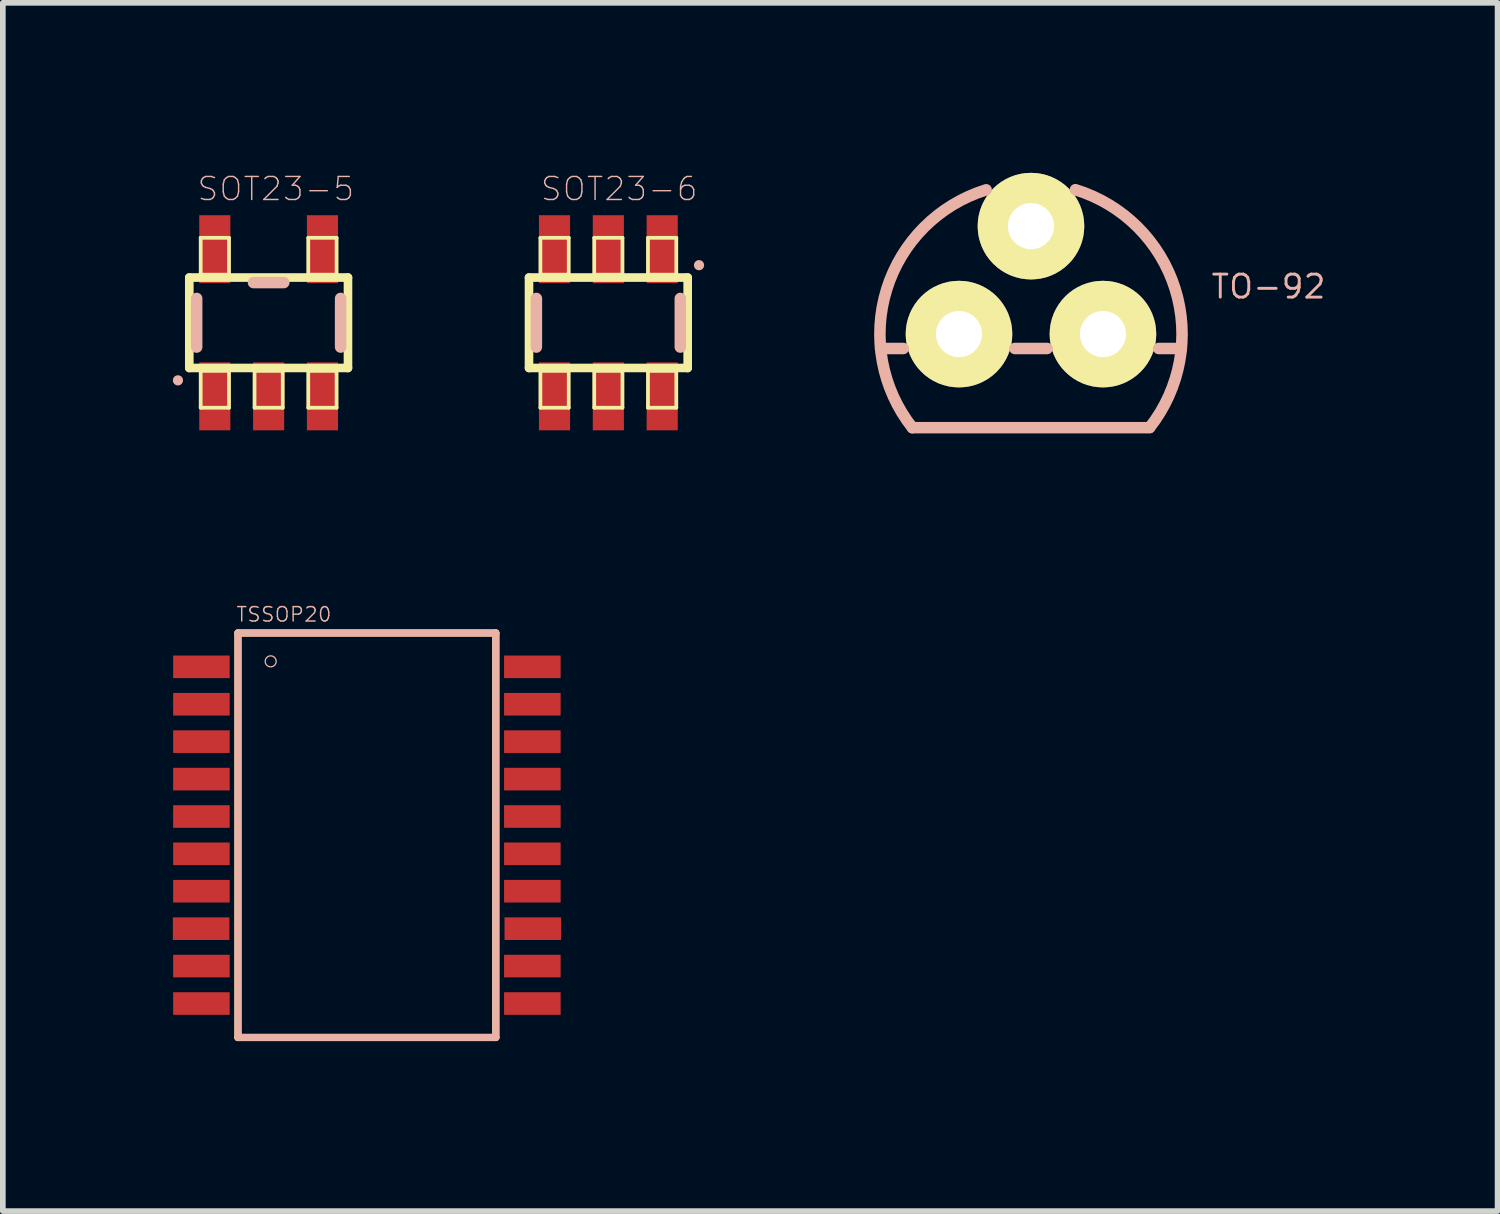
<source format=kicad_pcb>
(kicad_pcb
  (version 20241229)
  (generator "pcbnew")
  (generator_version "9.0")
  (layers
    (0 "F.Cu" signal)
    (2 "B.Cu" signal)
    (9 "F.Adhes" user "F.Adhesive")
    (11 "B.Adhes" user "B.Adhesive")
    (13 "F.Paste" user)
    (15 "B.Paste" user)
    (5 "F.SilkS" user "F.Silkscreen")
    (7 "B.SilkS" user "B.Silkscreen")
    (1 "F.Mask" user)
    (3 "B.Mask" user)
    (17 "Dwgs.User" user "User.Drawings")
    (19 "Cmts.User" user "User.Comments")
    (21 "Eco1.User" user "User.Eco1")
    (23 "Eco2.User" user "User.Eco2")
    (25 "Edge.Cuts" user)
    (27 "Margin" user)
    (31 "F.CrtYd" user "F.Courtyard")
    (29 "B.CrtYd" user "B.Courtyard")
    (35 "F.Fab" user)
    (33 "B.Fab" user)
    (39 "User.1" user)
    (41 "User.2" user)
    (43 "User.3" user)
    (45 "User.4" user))
  (footprint "TO-92"
    (layer "F.Cu")
    (at 15.141 2.845)
    (property "Reference" "TO-92" (at 4.191 -0.838 0) (layer "B.SilkS") (effects (font (size 0.406 0.406) (thickness 0.051))))
    (attr exclude_from_pos_files exclude_from_bom)
    (fp_line (start -2.654 0.254) (end -2.253 0.254) (stroke (width 0.203) (type solid)) (layer "B.SilkS"))
    (fp_line (start -2.093 1.651) (end 2.093 1.651) (stroke (width 0.203) (type solid)) (layer "B.SilkS"))
    (fp_line (start -0.284 0.254) (end 0.284 0.254) (stroke (width 0.203) (type solid)) (layer "B.SilkS"))
    (fp_line (start 2.253 0.254) (end 2.654 0.254) (stroke (width 0.203) (type solid)) (layer "B.SilkS"))
    (fp_arc (start -2.09296 1.651) (mid -2.546098 -0.789726) (end -0.791292 -2.545612) (stroke (width 0.2032) (type solid)) (layer "B.SilkS"))
    (fp_arc (start 0.78486 -2.54762) (mid 2.54411 -0.796164) (end 2.097139 1.645715) (stroke (width 0.2032) (type solid)) (layer "B.SilkS"))
    (pad "1" thru_hole circle (at -1.27 0) (size 1.88 1.88) (drill 0.813) (layers "*.Cu" "F.Mask" "F.SilkS" "F.Paste"))
    (pad "2" thru_hole circle (at 0 -1.905) (size 1.88 1.88) (drill 0.813) (layers "*.Cu" "F.Mask" "F.SilkS" "F.Paste"))
    (pad "3" thru_hole circle (at 1.27 0) (size 1.88 1.88) (drill 0.813) (layers "*.Cu" "F.Mask" "F.SilkS" "F.Paste")))
  (footprint "SOT23-6"
    (layer "F.Cu")
    (at 7.684 2.645)
    (property "Reference" "SOT23-6" (at 0.191 -2.362 0) (layer "B.SilkS") (effects (font (size 0.406 0.406) (thickness 0.025))))
    (attr smd)
    (fp_line (start -1.4 -0.798) (end -1.4 0.798) (stroke (width 0.152) (type solid)) (layer "F.SilkS"))
    (fp_line (start -1.4 -0.798) (end 1.4 -0.798) (stroke (width 0.152) (type solid)) (layer "F.SilkS"))
    (fp_line (start -1.199 -1.499) (end -0.699 -1.499) (stroke (width 0.066) (type solid)) (layer "F.SilkS"))
    (fp_line (start -1.199 -0.848) (end -1.199 -1.499) (stroke (width 0.066) (type solid)) (layer "F.SilkS"))
    (fp_line (start -1.199 -0.848) (end -0.699 -0.848) (stroke (width 0.066) (type solid)) (layer "F.SilkS"))
    (fp_line (start -1.199 0.848) (end -0.699 0.848) (stroke (width 0.066) (type solid)) (layer "F.SilkS"))
    (fp_line (start -1.199 1.499) (end -1.199 0.848) (stroke (width 0.066) (type solid)) (layer "F.SilkS"))
    (fp_line (start -1.199 1.499) (end -0.699 1.499) (stroke (width 0.066) (type solid)) (layer "F.SilkS"))
    (fp_line (start -0.699 -0.848) (end -0.699 -1.499) (stroke (width 0.066) (type solid)) (layer "F.SilkS"))
    (fp_line (start -0.699 1.499) (end -0.699 0.848) (stroke (width 0.066) (type solid)) (layer "F.SilkS"))
    (fp_line (start -0.249 -1.499) (end 0.249 -1.499) (stroke (width 0.066) (type solid)) (layer "F.SilkS"))
    (fp_line (start -0.249 -0.848) (end -0.249 -1.499) (stroke (width 0.066) (type solid)) (layer "F.SilkS"))
    (fp_line (start -0.249 -0.848) (end 0.249 -0.848) (stroke (width 0.066) (type solid)) (layer "F.SilkS"))
    (fp_line (start -0.249 0.848) (end 0.249 0.848) (stroke (width 0.066) (type solid)) (layer "F.SilkS"))
    (fp_line (start -0.249 1.499) (end -0.249 0.848) (stroke (width 0.066) (type solid)) (layer "F.SilkS"))
    (fp_line (start -0.249 1.499) (end 0.249 1.499) (stroke (width 0.066) (type solid)) (layer "F.SilkS"))
    (fp_line (start 0.249 -0.848) (end 0.249 -1.499) (stroke (width 0.066) (type solid)) (layer "F.SilkS"))
    (fp_line (start 0.249 1.499) (end 0.249 0.848) (stroke (width 0.066) (type solid)) (layer "F.SilkS"))
    (fp_line (start 0.699 -1.499) (end 1.199 -1.499) (stroke (width 0.066) (type solid)) (layer "F.SilkS"))
    (fp_line (start 0.699 -0.848) (end 0.699 -1.499) (stroke (width 0.066) (type solid)) (layer "F.SilkS"))
    (fp_line (start 0.699 -0.848) (end 1.199 -0.848) (stroke (width 0.066) (type solid)) (layer "F.SilkS"))
    (fp_line (start 0.699 0.848) (end 1.199 0.848) (stroke (width 0.066) (type solid)) (layer "F.SilkS"))
    (fp_line (start 0.699 1.499) (end 0.699 0.848) (stroke (width 0.066) (type solid)) (layer "F.SilkS"))
    (fp_line (start 0.699 1.499) (end 1.199 1.499) (stroke (width 0.066) (type solid)) (layer "F.SilkS"))
    (fp_line (start 1.199 -0.848) (end 1.199 -1.499) (stroke (width 0.066) (type solid)) (layer "F.SilkS"))
    (fp_line (start 1.199 1.499) (end 1.199 0.848) (stroke (width 0.066) (type solid)) (layer "F.SilkS"))
    (fp_line (start 1.4 -0.798) (end 1.4 0.798) (stroke (width 0.152) (type solid)) (layer "F.SilkS"))
    (fp_line (start 1.4 0.798) (end -1.4 0.798) (stroke (width 0.152) (type solid)) (layer "F.SilkS"))
    (fp_line (start -1.27 0.429) (end -1.27 -0.429) (stroke (width 0.203) (type solid)) (layer "B.SilkS"))
    (fp_line (start 1.27 -0.429) (end 1.27 0.429) (stroke (width 0.203) (type solid)) (layer "B.SilkS"))
    (fp_circle (center 1.6 -1.016) (end 1.664 -1.079) (stroke (width 0) (type solid)) (fill yes) (layer "B.SilkS"))
    (pad "1" smd rect (at 0.95 -1.298) (size 0.549 1.199) (layers "F.Cu" "F.Mask" "F.Paste"))
    (pad "2" smd rect (at 0 -1.298 180) (size 0.549 1.199) (layers "F.Cu" "F.Mask" "F.Paste"))
    (pad "3" smd rect (at -0.95 -1.298) (size 0.549 1.199) (layers "F.Cu" "F.Mask" "F.Paste"))
    (pad "4" smd rect (at -0.95 1.298) (size 0.549 1.199) (layers "F.Cu" "F.Mask" "F.Paste"))
    (pad "5" smd rect (at 0 1.298) (size 0.549 1.199) (layers "F.Cu" "F.Mask" "F.Paste"))
    (pad "6" smd rect (at 0.95 1.298) (size 0.549 1.199) (layers "F.Cu" "F.Mask" "F.Paste")))
  (footprint "SOT23-5"
    (layer "F.Cu")
    (at 1.69 2.645)
    (property "Reference" "SOT23-5" (at 0.127 -2.362 0) (layer "B.SilkS") (effects (font (size 0.406 0.406) (thickness 0.025))))
    (attr smd)
    (fp_line (start -1.4 -0.798) (end -1.4 0.798) (stroke (width 0.152) (type solid)) (layer "F.SilkS"))
    (fp_line (start -1.4 -0.798) (end 1.4 -0.798) (stroke (width 0.152) (type solid)) (layer "F.SilkS"))
    (fp_line (start -1.199 -1.499) (end -0.699 -1.499) (stroke (width 0.066) (type solid)) (layer "F.SilkS"))
    (fp_line (start -1.199 -0.848) (end -1.199 -1.499) (stroke (width 0.066) (type solid)) (layer "F.SilkS"))
    (fp_line (start -1.199 -0.848) (end -0.699 -0.848) (stroke (width 0.066) (type solid)) (layer "F.SilkS"))
    (fp_line (start -1.199 0.848) (end -0.699 0.848) (stroke (width 0.066) (type solid)) (layer "F.SilkS"))
    (fp_line (start -1.199 1.499) (end -1.199 0.848) (stroke (width 0.066) (type solid)) (layer "F.SilkS"))
    (fp_line (start -1.199 1.499) (end -0.699 1.499) (stroke (width 0.066) (type solid)) (layer "F.SilkS"))
    (fp_line (start -0.699 -0.848) (end -0.699 -1.499) (stroke (width 0.066) (type solid)) (layer "F.SilkS"))
    (fp_line (start -0.699 1.499) (end -0.699 0.848) (stroke (width 0.066) (type solid)) (layer "F.SilkS"))
    (fp_line (start -0.249 0.848) (end 0.249 0.848) (stroke (width 0.066) (type solid)) (layer "F.SilkS"))
    (fp_line (start -0.249 1.499) (end -0.249 0.848) (stroke (width 0.066) (type solid)) (layer "F.SilkS"))
    (fp_line (start -0.249 1.499) (end 0.249 1.499) (stroke (width 0.066) (type solid)) (layer "F.SilkS"))
    (fp_line (start 0.249 1.499) (end 0.249 0.848) (stroke (width 0.066) (type solid)) (layer "F.SilkS"))
    (fp_line (start 0.699 -1.499) (end 1.199 -1.499) (stroke (width 0.066) (type solid)) (layer "F.SilkS"))
    (fp_line (start 0.699 -0.848) (end 0.699 -1.499) (stroke (width 0.066) (type solid)) (layer "F.SilkS"))
    (fp_line (start 0.699 -0.848) (end 1.199 -0.848) (stroke (width 0.066) (type solid)) (layer "F.SilkS"))
    (fp_line (start 0.699 0.848) (end 1.199 0.848) (stroke (width 0.066) (type solid)) (layer "F.SilkS"))
    (fp_line (start 0.699 1.499) (end 0.699 0.848) (stroke (width 0.066) (type solid)) (layer "F.SilkS"))
    (fp_line (start 0.699 1.499) (end 1.199 1.499) (stroke (width 0.066) (type solid)) (layer "F.SilkS"))
    (fp_line (start 1.199 -0.848) (end 1.199 -1.499) (stroke (width 0.066) (type solid)) (layer "F.SilkS"))
    (fp_line (start 1.199 1.499) (end 1.199 0.848) (stroke (width 0.066) (type solid)) (layer "F.SilkS"))
    (fp_line (start 1.4 -0.798) (end 1.4 0.798) (stroke (width 0.152) (type solid)) (layer "F.SilkS"))
    (fp_line (start 1.4 0.798) (end -1.4 0.798) (stroke (width 0.152) (type solid)) (layer "F.SilkS"))
    (fp_line (start -1.27 0.429) (end -1.27 -0.429) (stroke (width 0.203) (type solid)) (layer "B.SilkS"))
    (fp_line (start -0.267 -0.709) (end 0.267 -0.709) (stroke (width 0.203) (type solid)) (layer "B.SilkS"))
    (fp_line (start 1.27 -0.429) (end 1.27 0.429) (stroke (width 0.203) (type solid)) (layer "B.SilkS"))
    (fp_circle (center -1.6 1.016) (end -1.664 1.079) (stroke (width 0) (type solid)) (fill yes) (layer "B.SilkS"))
    (pad "1" smd rect (at -0.95 1.298) (size 0.549 1.199) (layers "F.Cu" "F.Mask" "F.Paste"))
    (pad "2" smd rect (at 0 1.298) (size 0.549 1.199) (layers "F.Cu" "F.Mask" "F.Paste"))
    (pad "3" smd rect (at 0.95 1.298) (size 0.549 1.199) (layers "F.Cu" "F.Mask" "F.Paste"))
    (pad "4" smd rect (at 0.95 -1.298) (size 0.549 1.199) (layers "F.Cu" "F.Mask" "F.Paste"))
    (pad "5" smd rect (at -0.95 -1.298) (size 0.549 1.199) (layers "F.Cu" "F.Mask" "F.Paste")))
  (footprint "TSSOP20"
    (layer "F.Cu")
    (at 3.44 11.408)
    (property "Reference" "TSSOP20" (at -1.481 -3.617 0) (layer "B.SilkS") (effects (font (size 0.254 0.254) (thickness 0.025))))
    (attr smd)
    (fp_line (start -2.291 -3.289) (end -2.291 3.848) (stroke (width 0.127) (type solid)) (layer "F.SilkS"))
    (fp_line (start -2.291 3.848) (end 2.258 3.848) (stroke (width 0.127) (type solid)) (layer "F.SilkS"))
    (fp_line (start 2.258 -3.289) (end -2.291 -3.289) (stroke (width 0.127) (type solid)) (layer "F.SilkS"))
    (fp_line (start 2.258 3.848) (end 2.258 -3.289) (stroke (width 0.127) (type solid)) (layer "F.SilkS"))
    (fp_line (start -2.291 -3.289) (end 2.258 -3.289) (stroke (width 0.127) (type solid)) (layer "B.SilkS"))
    (fp_line (start -2.291 3.848) (end -2.291 -3.289) (stroke (width 0.127) (type solid)) (layer "B.SilkS"))
    (fp_line (start 2.258 -3.289) (end 2.258 3.848) (stroke (width 0.127) (type solid)) (layer "B.SilkS"))
    (fp_line (start 2.258 3.848) (end -2.291 3.848) (stroke (width 0.127) (type solid)) (layer "B.SilkS"))
    (fp_circle (center -1.714 -2.789) (end -1.783 -2.857) (stroke (width 0.023) (type solid)) (fill no) (layer "B.SilkS"))
    (pad "1" smd rect (at -2.936 -2.692) (size 0.998 0.399) (layers "F.Cu" "F.Mask" "F.Paste"))
    (pad "2" smd rect (at -2.936 -2.032) (size 0.998 0.399) (layers "F.Cu" "F.Mask" "F.Paste"))
    (pad "3" smd rect (at -2.936 -1.372) (size 0.998 0.399) (layers "F.Cu" "F.Mask" "F.Paste"))
    (pad "4" smd rect (at -2.936 -0.711) (size 0.998 0.399) (layers "F.Cu" "F.Mask" "F.Paste"))
    (pad "5" smd rect (at -2.936 -0.051) (size 0.998 0.399) (layers "F.Cu" "F.Mask" "F.Paste"))
    (pad "6" smd rect (at -2.936 0.607) (size 0.998 0.399) (layers "F.Cu" "F.Mask" "F.Paste"))
    (pad "7" smd rect (at -2.936 1.267) (size 0.998 0.399) (layers "F.Cu" "F.Mask" "F.Paste"))
    (pad "8" smd rect (at -2.941 1.928) (size 0.998 0.399) (layers "F.Cu" "F.Mask" "F.Paste"))
    (pad "9" smd rect (at -2.936 2.588) (size 0.998 0.399) (layers "F.Cu" "F.Mask" "F.Paste"))
    (pad "10" smd rect (at -2.936 3.249) (size 0.998 0.399) (layers "F.Cu" "F.Mask" "F.Paste"))
    (pad "11" smd rect (at 2.903 3.249) (size 0.998 0.399) (layers "F.Cu" "F.Mask" "F.Paste"))
    (pad "12" smd rect (at 2.903 2.588) (size 0.998 0.399) (layers "F.Cu" "F.Mask" "F.Paste"))
    (pad "13" smd rect (at 2.911 1.928) (size 0.998 0.399) (layers "F.Cu" "F.Mask" "F.Paste"))
    (pad "14" smd rect (at 2.903 1.267) (size 0.998 0.399) (layers "F.Cu" "F.Mask" "F.Paste"))
    (pad "15" smd rect (at 2.903 0.607) (size 0.998 0.399) (layers "F.Cu" "F.Mask" "F.Paste"))
    (pad "16" smd rect (at 2.903 -0.051) (size 0.998 0.399) (layers "F.Cu" "F.Mask" "F.Paste"))
    (pad "17" smd rect (at 2.903 -0.711) (size 0.998 0.399) (layers "F.Cu" "F.Mask" "F.Paste"))
    (pad "18" smd rect (at 2.903 -1.372) (size 0.998 0.399) (layers "F.Cu" "F.Mask" "F.Paste"))
    (pad "19" smd rect (at 2.903 -2.032) (size 0.998 0.399) (layers "F.Cu" "F.Mask" "F.Paste"))
    (pad "20" smd rect (at 2.903 -2.692) (size 0.998 0.399) (layers "F.Cu" "F.Mask" "F.Paste")))
  (gr_rect
    (start -3 -3)
    (end 23.374 18.319)
    (stroke (width 0.1) (type default))
    (fill no)
    (layer "Edge.Cuts")))
</source>
